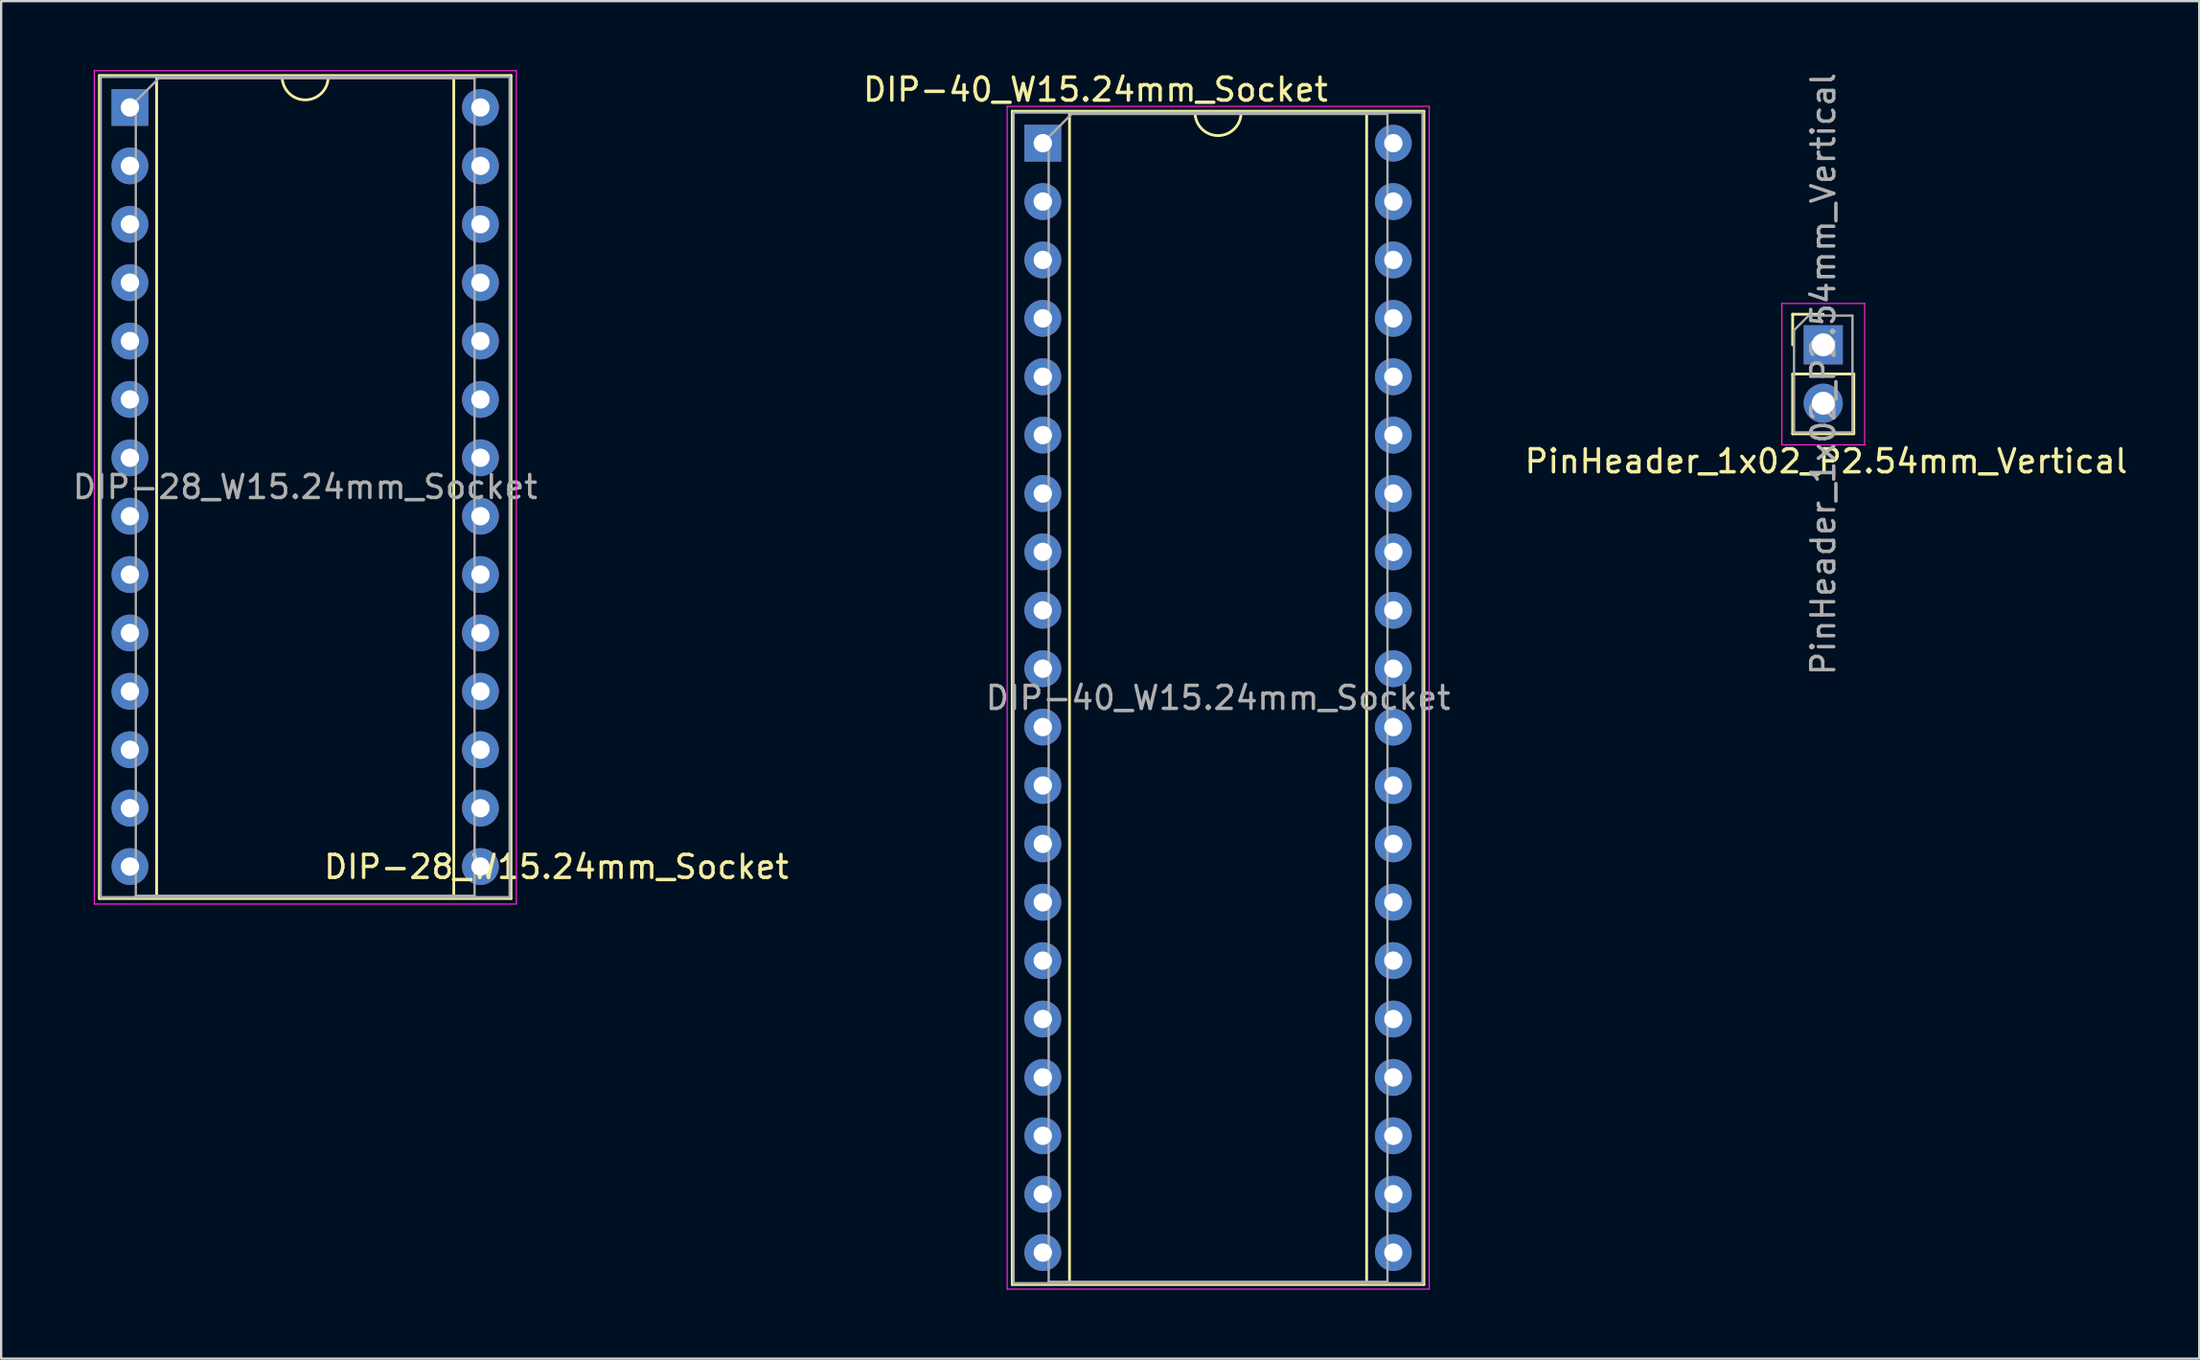
<source format=kicad_pcb>
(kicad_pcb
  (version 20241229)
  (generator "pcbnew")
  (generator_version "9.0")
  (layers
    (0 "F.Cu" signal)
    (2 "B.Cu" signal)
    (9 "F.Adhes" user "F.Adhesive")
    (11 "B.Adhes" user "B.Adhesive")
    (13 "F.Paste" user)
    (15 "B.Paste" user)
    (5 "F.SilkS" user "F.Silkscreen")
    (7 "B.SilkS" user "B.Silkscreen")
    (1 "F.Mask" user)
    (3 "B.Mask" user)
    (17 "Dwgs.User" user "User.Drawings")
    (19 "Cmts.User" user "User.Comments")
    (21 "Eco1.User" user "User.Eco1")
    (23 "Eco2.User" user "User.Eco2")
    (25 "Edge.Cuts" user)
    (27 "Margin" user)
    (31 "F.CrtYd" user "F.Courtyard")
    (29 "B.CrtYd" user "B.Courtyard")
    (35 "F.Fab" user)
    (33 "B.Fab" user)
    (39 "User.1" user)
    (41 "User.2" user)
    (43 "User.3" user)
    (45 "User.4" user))
  (footprint "PinHeader_1x02_P2.54mm_Vertical"
    (layer "F.Cu")
    (at 76.225 11.95)
    (property "Reference" "PinHeader_1x02_P2.54mm_Vertical" (at 0.127 5.065 180) (layer "F.SilkS") (effects (font (size 1 1) (thickness 0.15))))
    (attr through_hole)
    (fp_line (start -1.33 -1.33) (end 0 -1.33) (stroke (width 0.12) (type solid)) (layer "F.SilkS"))
    (fp_line (start -1.33 0) (end -1.33 -1.33) (stroke (width 0.12) (type solid)) (layer "F.SilkS"))
    (fp_line (start -1.33 1.27) (end -1.33 3.87) (stroke (width 0.12) (type solid)) (layer "F.SilkS"))
    (fp_line (start -1.33 1.27) (end 1.33 1.27) (stroke (width 0.12) (type solid)) (layer "F.SilkS"))
    (fp_line (start -1.33 3.87) (end 1.33 3.87) (stroke (width 0.12) (type solid)) (layer "F.SilkS"))
    (fp_line (start 1.33 1.27) (end 1.33 3.87) (stroke (width 0.12) (type solid)) (layer "F.SilkS"))
    (fp_line (start -1.8 -1.8) (end -1.8 4.35) (stroke (width 0.05) (type solid)) (layer "F.CrtYd"))
    (fp_line (start -1.8 4.35) (end 1.8 4.35) (stroke (width 0.05) (type solid)) (layer "F.CrtYd"))
    (fp_line (start 1.8 -1.8) (end -1.8 -1.8) (stroke (width 0.05) (type solid)) (layer "F.CrtYd"))
    (fp_line (start 1.8 4.35) (end 1.8 -1.8) (stroke (width 0.05) (type solid)) (layer "F.CrtYd"))
    (fp_line (start -1.27 -0.635) (end -0.635 -1.27) (stroke (width 0.1) (type solid)) (layer "F.Fab"))
    (fp_line (start -1.27 3.81) (end -1.27 -0.635) (stroke (width 0.1) (type solid)) (layer "F.Fab"))
    (fp_line (start -0.635 -1.27) (end 1.27 -1.27) (stroke (width 0.1) (type solid)) (layer "F.Fab"))
    (fp_line (start 1.27 -1.27) (end 1.27 3.81) (stroke (width 0.1) (type solid)) (layer "F.Fab"))
    (fp_line (start 1.27 3.81) (end -1.27 3.81) (stroke (width 0.1) (type solid)) (layer "F.Fab"))
    (fp_text user "${REFERENCE}" (at 0 1.27 90) (layer "F.Fab") (effects (font (size 1 1) (thickness 0.15))))
    (pad "1" thru_hole rect (at 0 0) (size 1.7 1.7) (drill 1) (layers "*.Cu" "*.Mask"))
    (pad "2" thru_hole oval (at 0 2.54) (size 1.7 1.7) (drill 1) (layers "*.Cu" "*.Mask")))
  (footprint "DIP-28_W15.24mm_Socket"
    (layer "F.Cu")
    (at 2.6 1.625)
    (property "Reference" "DIP-28_W15.24mm_Socket" (at 18.542 33.035 0) (layer "F.SilkS") (effects (font (size 1 1) (thickness 0.15))))
    (attr through_hole)
    (fp_line (start -1.33 -1.39) (end -1.33 34.41) (stroke (width 0.12) (type solid)) (layer "F.SilkS"))
    (fp_line (start -1.33 34.41) (end 16.57 34.41) (stroke (width 0.12) (type solid)) (layer "F.SilkS"))
    (fp_line (start 1.16 -1.33) (end 1.16 34.35) (stroke (width 0.12) (type solid)) (layer "F.SilkS"))
    (fp_line (start 1.16 34.35) (end 14.08 34.35) (stroke (width 0.12) (type solid)) (layer "F.SilkS"))
    (fp_line (start 6.62 -1.33) (end 1.16 -1.33) (stroke (width 0.12) (type solid)) (layer "F.SilkS"))
    (fp_line (start 14.08 -1.33) (end 8.62 -1.33) (stroke (width 0.12) (type solid)) (layer "F.SilkS"))
    (fp_line (start 14.08 34.35) (end 14.08 -1.33) (stroke (width 0.12) (type solid)) (layer "F.SilkS"))
    (fp_line (start 16.57 -1.39) (end -1.33 -1.39) (stroke (width 0.12) (type solid)) (layer "F.SilkS"))
    (fp_line (start 16.57 34.41) (end 16.57 -1.39) (stroke (width 0.12) (type solid)) (layer "F.SilkS"))
    (fp_arc (start 8.62 -1.33) (mid 7.62 -0.33) (end 6.62 -1.33) (stroke (width 0.12) (type solid)) (layer "F.SilkS"))
    (fp_line (start -1.55 -1.6) (end -1.55 34.65) (stroke (width 0.05) (type solid)) (layer "F.CrtYd"))
    (fp_line (start -1.55 34.65) (end 16.8 34.65) (stroke (width 0.05) (type solid)) (layer "F.CrtYd"))
    (fp_line (start 16.8 -1.6) (end -1.55 -1.6) (stroke (width 0.05) (type solid)) (layer "F.CrtYd"))
    (fp_line (start 16.8 34.65) (end 16.8 -1.6) (stroke (width 0.05) (type solid)) (layer "F.CrtYd"))
    (fp_line (start -1.27 -1.33) (end -1.27 34.35) (stroke (width 0.1) (type solid)) (layer "F.Fab"))
    (fp_line (start -1.27 34.35) (end 16.51 34.35) (stroke (width 0.1) (type solid)) (layer "F.Fab"))
    (fp_line (start 0.255 -0.27) (end 1.255 -1.27) (stroke (width 0.1) (type solid)) (layer "F.Fab"))
    (fp_line (start 0.255 34.29) (end 0.255 -0.27) (stroke (width 0.1) (type solid)) (layer "F.Fab"))
    (fp_line (start 1.255 -1.27) (end 14.985 -1.27) (stroke (width 0.1) (type solid)) (layer "F.Fab"))
    (fp_line (start 14.985 -1.27) (end 14.985 34.29) (stroke (width 0.1) (type solid)) (layer "F.Fab"))
    (fp_line (start 14.985 34.29) (end 0.255 34.29) (stroke (width 0.1) (type solid)) (layer "F.Fab"))
    (fp_line (start 16.51 -1.33) (end -1.27 -1.33) (stroke (width 0.1) (type solid)) (layer "F.Fab"))
    (fp_line (start 16.51 34.35) (end 16.51 -1.33) (stroke (width 0.1) (type solid)) (layer "F.Fab"))
    (fp_text user "${REFERENCE}" (at 7.62 16.51 0) (layer "F.Fab") (effects (font (size 1 1) (thickness 0.15))))
    (pad "1" thru_hole rect (at 0 0) (size 1.6 1.6) (drill 0.8) (layers "*.Cu" "*.Mask"))
    (pad "2" thru_hole oval (at 0 2.54) (size 1.6 1.6) (drill 0.8) (layers "*.Cu" "*.Mask"))
    (pad "3" thru_hole oval (at 0 5.08) (size 1.6 1.6) (drill 0.8) (layers "*.Cu" "*.Mask"))
    (pad "4" thru_hole oval (at 0 7.62) (size 1.6 1.6) (drill 0.8) (layers "*.Cu" "*.Mask"))
    (pad "5" thru_hole oval (at 0 10.16) (size 1.6 1.6) (drill 0.8) (layers "*.Cu" "*.Mask"))
    (pad "6" thru_hole oval (at 0 12.7) (size 1.6 1.6) (drill 0.8) (layers "*.Cu" "*.Mask"))
    (pad "7" thru_hole oval (at 0 15.24) (size 1.6 1.6) (drill 0.8) (layers "*.Cu" "*.Mask"))
    (pad "8" thru_hole oval (at 0 17.78) (size 1.6 1.6) (drill 0.8) (layers "*.Cu" "*.Mask"))
    (pad "9" thru_hole oval (at 0 20.32) (size 1.6 1.6) (drill 0.8) (layers "*.Cu" "*.Mask"))
    (pad "10" thru_hole oval (at 0 22.86) (size 1.6 1.6) (drill 0.8) (layers "*.Cu" "*.Mask"))
    (pad "11" thru_hole oval (at 0 25.4) (size 1.6 1.6) (drill 0.8) (layers "*.Cu" "*.Mask"))
    (pad "12" thru_hole oval (at 0 27.94) (size 1.6 1.6) (drill 0.8) (layers "*.Cu" "*.Mask"))
    (pad "13" thru_hole oval (at 0 30.48) (size 1.6 1.6) (drill 0.8) (layers "*.Cu" "*.Mask"))
    (pad "14" thru_hole oval (at 0 33.02) (size 1.6 1.6) (drill 0.8) (layers "*.Cu" "*.Mask"))
    (pad "15" thru_hole oval (at 15.24 33.02) (size 1.6 1.6) (drill 0.8) (layers "*.Cu" "*.Mask"))
    (pad "16" thru_hole oval (at 15.24 30.48) (size 1.6 1.6) (drill 0.8) (layers "*.Cu" "*.Mask"))
    (pad "17" thru_hole oval (at 15.24 27.94) (size 1.6 1.6) (drill 0.8) (layers "*.Cu" "*.Mask"))
    (pad "18" thru_hole oval (at 15.24 25.4) (size 1.6 1.6) (drill 0.8) (layers "*.Cu" "*.Mask"))
    (pad "19" thru_hole oval (at 15.24 22.86) (size 1.6 1.6) (drill 0.8) (layers "*.Cu" "*.Mask"))
    (pad "20" thru_hole oval (at 15.24 20.32) (size 1.6 1.6) (drill 0.8) (layers "*.Cu" "*.Mask"))
    (pad "21" thru_hole oval (at 15.24 17.78) (size 1.6 1.6) (drill 0.8) (layers "*.Cu" "*.Mask"))
    (pad "22" thru_hole oval (at 15.24 15.24) (size 1.6 1.6) (drill 0.8) (layers "*.Cu" "*.Mask"))
    (pad "23" thru_hole oval (at 15.24 12.7) (size 1.6 1.6) (drill 0.8) (layers "*.Cu" "*.Mask"))
    (pad "24" thru_hole oval (at 15.24 10.16) (size 1.6 1.6) (drill 0.8) (layers "*.Cu" "*.Mask"))
    (pad "25" thru_hole oval (at 15.24 7.62) (size 1.6 1.6) (drill 0.8) (layers "*.Cu" "*.Mask"))
    (pad "26" thru_hole oval (at 15.24 5.08) (size 1.6 1.6) (drill 0.8) (layers "*.Cu" "*.Mask"))
    (pad "27" thru_hole oval (at 15.24 2.54) (size 1.6 1.6) (drill 0.8) (layers "*.Cu" "*.Mask"))
    (pad "28" thru_hole oval (at 15.24 0) (size 1.6 1.6) (drill 0.8) (layers "*.Cu" "*.Mask")))
  (footprint "DIP-40_W15.24mm_Socket"
    (layer "F.Cu")
    (at 42.292 3.178)
    (property "Reference" "DIP-40_W15.24mm_Socket" (at 2.291 -2.33 0) (layer "F.SilkS") (effects (font (size 1 1) (thickness 0.15))))
    (attr through_hole)
    (fp_line (start -1.33 -1.39) (end -1.33 49.65) (stroke (width 0.12) (type solid)) (layer "F.SilkS"))
    (fp_line (start -1.33 49.65) (end 16.57 49.65) (stroke (width 0.12) (type solid)) (layer "F.SilkS"))
    (fp_line (start 1.16 -1.33) (end 1.16 49.59) (stroke (width 0.12) (type solid)) (layer "F.SilkS"))
    (fp_line (start 1.16 49.59) (end 14.08 49.59) (stroke (width 0.12) (type solid)) (layer "F.SilkS"))
    (fp_line (start 6.62 -1.33) (end 1.16 -1.33) (stroke (width 0.12) (type solid)) (layer "F.SilkS"))
    (fp_line (start 14.08 -1.33) (end 8.62 -1.33) (stroke (width 0.12) (type solid)) (layer "F.SilkS"))
    (fp_line (start 14.08 49.59) (end 14.08 -1.33) (stroke (width 0.12) (type solid)) (layer "F.SilkS"))
    (fp_line (start 16.57 -1.39) (end -1.33 -1.39) (stroke (width 0.12) (type solid)) (layer "F.SilkS"))
    (fp_line (start 16.57 49.65) (end 16.57 -1.39) (stroke (width 0.12) (type solid)) (layer "F.SilkS"))
    (fp_arc (start 8.62 -1.33) (mid 7.62 -0.33) (end 6.62 -1.33) (stroke (width 0.12) (type solid)) (layer "F.SilkS"))
    (fp_line (start -1.55 -1.6) (end -1.55 49.85) (stroke (width 0.05) (type solid)) (layer "F.CrtYd"))
    (fp_line (start -1.55 49.85) (end 16.8 49.85) (stroke (width 0.05) (type solid)) (layer "F.CrtYd"))
    (fp_line (start 16.8 -1.6) (end -1.55 -1.6) (stroke (width 0.05) (type solid)) (layer "F.CrtYd"))
    (fp_line (start 16.8 49.85) (end 16.8 -1.6) (stroke (width 0.05) (type solid)) (layer "F.CrtYd"))
    (fp_line (start -1.27 -1.33) (end -1.27 49.59) (stroke (width 0.1) (type solid)) (layer "F.Fab"))
    (fp_line (start -1.27 49.59) (end 16.51 49.59) (stroke (width 0.1) (type solid)) (layer "F.Fab"))
    (fp_line (start 0.255 -0.27) (end 1.255 -1.27) (stroke (width 0.1) (type solid)) (layer "F.Fab"))
    (fp_line (start 0.255 49.53) (end 0.255 -0.27) (stroke (width 0.1) (type solid)) (layer "F.Fab"))
    (fp_line (start 1.255 -1.27) (end 14.985 -1.27) (stroke (width 0.1) (type solid)) (layer "F.Fab"))
    (fp_line (start 14.985 -1.27) (end 14.985 49.53) (stroke (width 0.1) (type solid)) (layer "F.Fab"))
    (fp_line (start 14.985 49.53) (end 0.255 49.53) (stroke (width 0.1) (type solid)) (layer "F.Fab"))
    (fp_line (start 16.51 -1.33) (end -1.27 -1.33) (stroke (width 0.1) (type solid)) (layer "F.Fab"))
    (fp_line (start 16.51 49.59) (end 16.51 -1.33) (stroke (width 0.1) (type solid)) (layer "F.Fab"))
    (fp_text user "${REFERENCE}" (at 7.62 24.13 0) (layer "F.Fab") (effects (font (size 1 1) (thickness 0.15))))
    (pad "1" thru_hole rect (at 0 0) (size 1.6 1.6) (drill 0.8) (layers "*.Cu" "*.Mask"))
    (pad "2" thru_hole oval (at 0 2.54) (size 1.6 1.6) (drill 0.8) (layers "*.Cu" "*.Mask"))
    (pad "3" thru_hole oval (at 0 5.08) (size 1.6 1.6) (drill 0.8) (layers "*.Cu" "*.Mask"))
    (pad "4" thru_hole oval (at 0 7.62) (size 1.6 1.6) (drill 0.8) (layers "*.Cu" "*.Mask"))
    (pad "5" thru_hole oval (at 0 10.16) (size 1.6 1.6) (drill 0.8) (layers "*.Cu" "*.Mask"))
    (pad "6" thru_hole oval (at 0 12.7) (size 1.6 1.6) (drill 0.8) (layers "*.Cu" "*.Mask"))
    (pad "7" thru_hole oval (at 0 15.24) (size 1.6 1.6) (drill 0.8) (layers "*.Cu" "*.Mask"))
    (pad "8" thru_hole oval (at 0 17.78) (size 1.6 1.6) (drill 0.8) (layers "*.Cu" "*.Mask"))
    (pad "9" thru_hole oval (at 0 20.32) (size 1.6 1.6) (drill 0.8) (layers "*.Cu" "*.Mask"))
    (pad "10" thru_hole oval (at 0 22.86) (size 1.6 1.6) (drill 0.8) (layers "*.Cu" "*.Mask"))
    (pad "11" thru_hole oval (at 0 25.4) (size 1.6 1.6) (drill 0.8) (layers "*.Cu" "*.Mask"))
    (pad "12" thru_hole oval (at 0 27.94) (size 1.6 1.6) (drill 0.8) (layers "*.Cu" "*.Mask"))
    (pad "13" thru_hole oval (at 0 30.48) (size 1.6 1.6) (drill 0.8) (layers "*.Cu" "*.Mask"))
    (pad "14" thru_hole oval (at 0 33.02) (size 1.6 1.6) (drill 0.8) (layers "*.Cu" "*.Mask"))
    (pad "15" thru_hole oval (at 0 35.56) (size 1.6 1.6) (drill 0.8) (layers "*.Cu" "*.Mask"))
    (pad "16" thru_hole oval (at 0 38.1) (size 1.6 1.6) (drill 0.8) (layers "*.Cu" "*.Mask"))
    (pad "17" thru_hole oval (at 0 40.64) (size 1.6 1.6) (drill 0.8) (layers "*.Cu" "*.Mask"))
    (pad "18" thru_hole oval (at 0 43.18) (size 1.6 1.6) (drill 0.8) (layers "*.Cu" "*.Mask"))
    (pad "19" thru_hole oval (at 0 45.72) (size 1.6 1.6) (drill 0.8) (layers "*.Cu" "*.Mask"))
    (pad "20" thru_hole oval (at 0 48.26) (size 1.6 1.6) (drill 0.8) (layers "*.Cu" "*.Mask"))
    (pad "21" thru_hole oval (at 15.24 48.26) (size 1.6 1.6) (drill 0.8) (layers "*.Cu" "*.Mask"))
    (pad "22" thru_hole oval (at 15.24 45.72) (size 1.6 1.6) (drill 0.8) (layers "*.Cu" "*.Mask"))
    (pad "23" thru_hole oval (at 15.24 43.18) (size 1.6 1.6) (drill 0.8) (layers "*.Cu" "*.Mask"))
    (pad "24" thru_hole oval (at 15.24 40.64) (size 1.6 1.6) (drill 0.8) (layers "*.Cu" "*.Mask"))
    (pad "25" thru_hole oval (at 15.24 38.1) (size 1.6 1.6) (drill 0.8) (layers "*.Cu" "*.Mask"))
    (pad "26" thru_hole oval (at 15.24 35.56) (size 1.6 1.6) (drill 0.8) (layers "*.Cu" "*.Mask"))
    (pad "27" thru_hole oval (at 15.24 33.02) (size 1.6 1.6) (drill 0.8) (layers "*.Cu" "*.Mask"))
    (pad "28" thru_hole oval (at 15.24 30.48) (size 1.6 1.6) (drill 0.8) (layers "*.Cu" "*.Mask"))
    (pad "29" thru_hole oval (at 15.24 27.94) (size 1.6 1.6) (drill 0.8) (layers "*.Cu" "*.Mask"))
    (pad "30" thru_hole oval (at 15.24 25.4) (size 1.6 1.6) (drill 0.8) (layers "*.Cu" "*.Mask"))
    (pad "31" thru_hole oval (at 15.24 22.86) (size 1.6 1.6) (drill 0.8) (layers "*.Cu" "*.Mask"))
    (pad "32" thru_hole oval (at 15.24 20.32) (size 1.6 1.6) (drill 0.8) (layers "*.Cu" "*.Mask"))
    (pad "33" thru_hole oval (at 15.24 17.78) (size 1.6 1.6) (drill 0.8) (layers "*.Cu" "*.Mask"))
    (pad "34" thru_hole oval (at 15.24 15.24) (size 1.6 1.6) (drill 0.8) (layers "*.Cu" "*.Mask"))
    (pad "35" thru_hole oval (at 15.24 12.7) (size 1.6 1.6) (drill 0.8) (layers "*.Cu" "*.Mask"))
    (pad "36" thru_hole oval (at 15.24 10.16) (size 1.6 1.6) (drill 0.8) (layers "*.Cu" "*.Mask"))
    (pad "37" thru_hole oval (at 15.24 7.62) (size 1.6 1.6) (drill 0.8) (layers "*.Cu" "*.Mask"))
    (pad "38" thru_hole oval (at 15.24 5.08) (size 1.6 1.6) (drill 0.8) (layers "*.Cu" "*.Mask"))
    (pad "39" thru_hole oval (at 15.24 2.54) (size 1.6 1.6) (drill 0.8) (layers "*.Cu" "*.Mask"))
    (pad "40" thru_hole oval (at 15.24 0) (size 1.6 1.6) (drill 0.8) (layers "*.Cu" "*.Mask")))
  (gr_rect
    (start -3 -3)
    (end 92.572 56.053)
    (stroke (width 0.1) (type default))
    (fill no)
    (layer "Edge.Cuts")))
</source>
